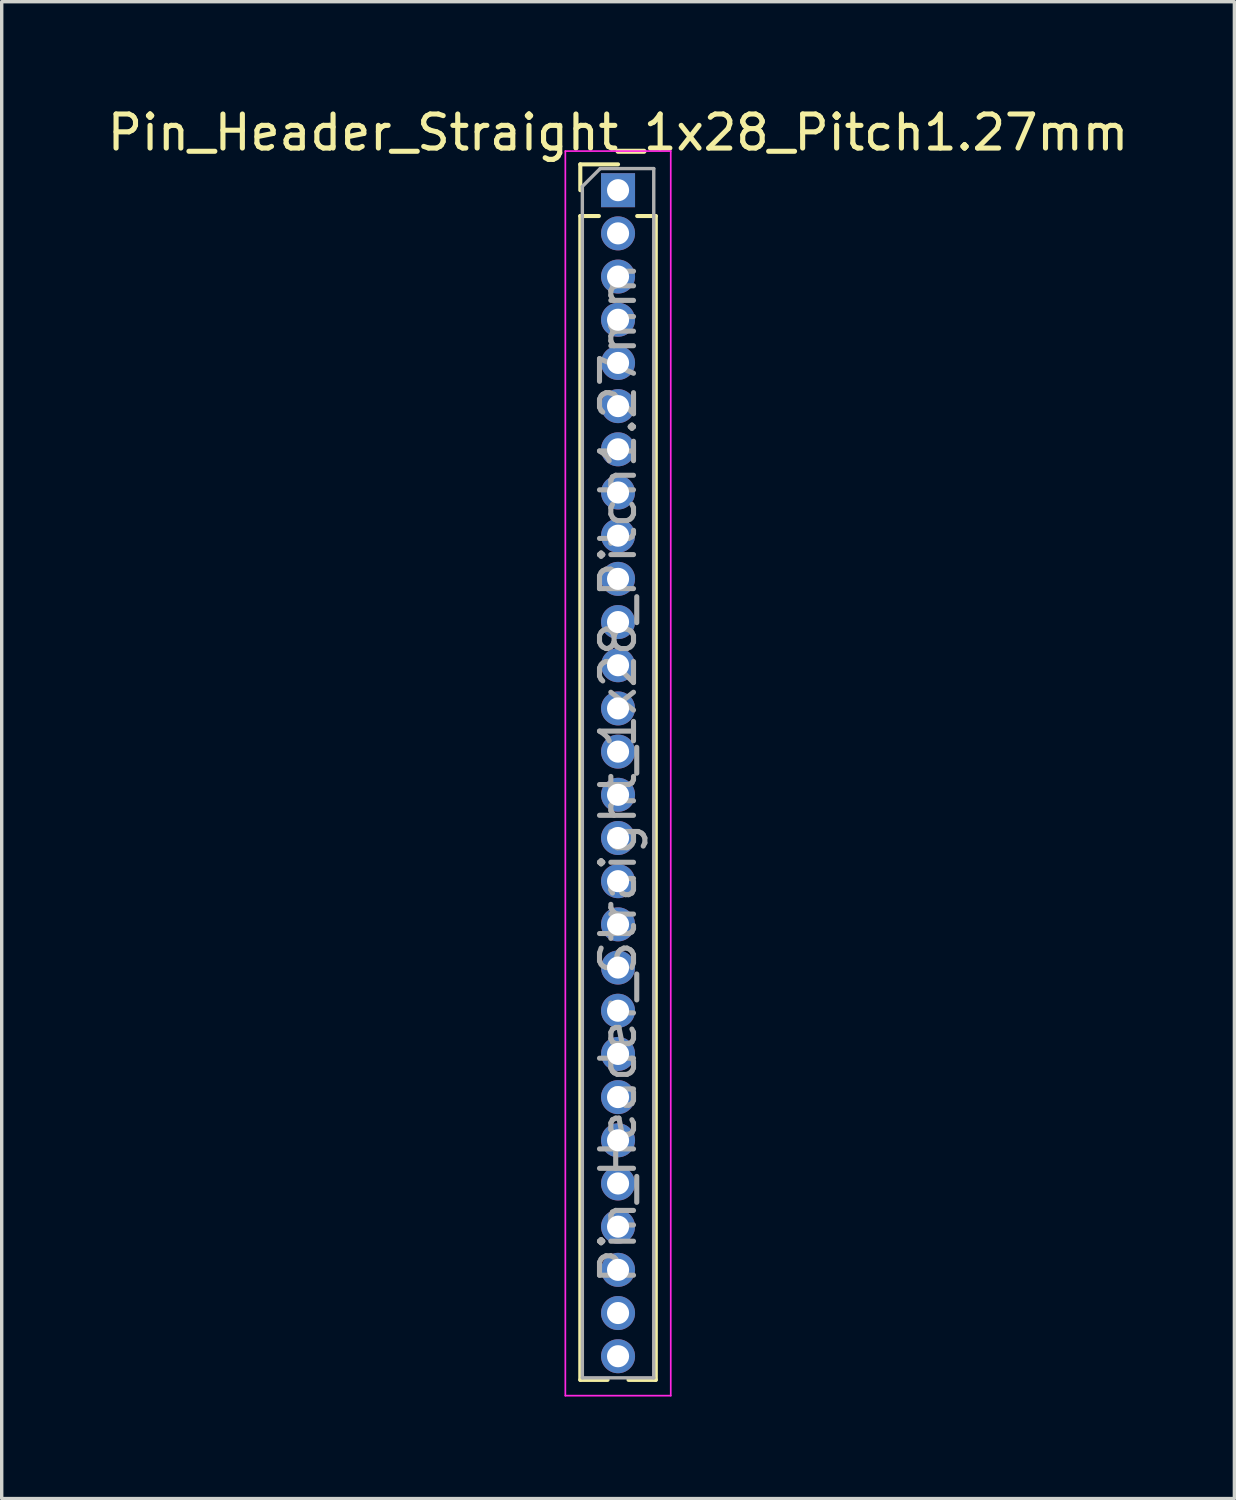
<source format=kicad_pcb>
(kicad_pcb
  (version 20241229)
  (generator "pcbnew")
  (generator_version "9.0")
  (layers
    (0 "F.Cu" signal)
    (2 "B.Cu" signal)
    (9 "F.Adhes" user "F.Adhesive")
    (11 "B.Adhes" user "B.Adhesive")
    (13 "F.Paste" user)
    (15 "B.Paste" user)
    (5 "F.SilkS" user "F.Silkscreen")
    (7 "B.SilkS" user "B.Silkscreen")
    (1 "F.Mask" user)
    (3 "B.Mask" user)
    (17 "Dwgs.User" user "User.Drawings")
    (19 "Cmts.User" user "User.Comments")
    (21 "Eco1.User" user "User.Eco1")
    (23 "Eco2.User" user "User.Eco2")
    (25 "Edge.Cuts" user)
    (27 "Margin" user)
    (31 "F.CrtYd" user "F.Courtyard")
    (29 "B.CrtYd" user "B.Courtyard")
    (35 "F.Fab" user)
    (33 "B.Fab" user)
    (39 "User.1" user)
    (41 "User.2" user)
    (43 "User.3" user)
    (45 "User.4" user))
  (footprint "Pin_Header_Straight_1x28_Pitch1.27mm"
    (layer "F.Cu")
    (at 15.125 2.543)
    (property "Reference" "Pin_Header_Straight_1x28_Pitch1.27mm" (at 0 -1.695 0) (layer "F.SilkS") (effects (font (size 1 1) (thickness 0.15))))
    (attr through_hole)
    (fp_line (start -1.11 -0.76) (end 0 -0.76) (stroke (width 0.12) (type solid)) (layer "F.SilkS"))
    (fp_line (start -1.11 0) (end -1.11 -0.76) (stroke (width 0.12) (type solid)) (layer "F.SilkS"))
    (fp_line (start -1.11 0.76) (end -1.11 34.985) (stroke (width 0.12) (type solid)) (layer "F.SilkS"))
    (fp_line (start -1.11 0.76) (end -0.563 0.76) (stroke (width 0.12) (type solid)) (layer "F.SilkS"))
    (fp_line (start -1.11 34.985) (end -0.308 34.985) (stroke (width 0.12) (type solid)) (layer "F.SilkS"))
    (fp_line (start 0.308 34.985) (end 1.11 34.985) (stroke (width 0.12) (type solid)) (layer "F.SilkS"))
    (fp_line (start 0.563 0.76) (end 1.11 0.76) (stroke (width 0.12) (type solid)) (layer "F.SilkS"))
    (fp_line (start 1.11 0.76) (end 1.11 34.985) (stroke (width 0.12) (type solid)) (layer "F.SilkS"))
    (fp_line (start -1.55 -1.15) (end -1.55 35.45) (stroke (width 0.05) (type solid)) (layer "F.CrtYd"))
    (fp_line (start -1.55 35.45) (end 1.55 35.45) (stroke (width 0.05) (type solid)) (layer "F.CrtYd"))
    (fp_line (start 1.55 -1.15) (end -1.55 -1.15) (stroke (width 0.05) (type solid)) (layer "F.CrtYd"))
    (fp_line (start 1.55 35.45) (end 1.55 -1.15) (stroke (width 0.05) (type solid)) (layer "F.CrtYd"))
    (fp_line (start -1.05 -0.11) (end -0.525 -0.635) (stroke (width 0.1) (type solid)) (layer "F.Fab"))
    (fp_line (start -1.05 34.925) (end -1.05 -0.11) (stroke (width 0.1) (type solid)) (layer "F.Fab"))
    (fp_line (start -0.525 -0.635) (end 1.05 -0.635) (stroke (width 0.1) (type solid)) (layer "F.Fab"))
    (fp_line (start 1.05 -0.635) (end 1.05 34.925) (stroke (width 0.1) (type solid)) (layer "F.Fab"))
    (fp_line (start 1.05 34.925) (end -1.05 34.925) (stroke (width 0.1) (type solid)) (layer "F.Fab"))
    (fp_text user "${REFERENCE}" (at 0 17.145 90) (layer "F.Fab") (effects (font (size 1 1) (thickness 0.15))))
    (pad "1" thru_hole rect (at 0 0) (size 1 1) (drill 0.65) (layers "*.Cu" "*.Mask"))
    (pad "2" thru_hole oval (at 0 1.27) (size 1 1) (drill 0.65) (layers "*.Cu" "*.Mask"))
    (pad "3" thru_hole oval (at 0 2.54) (size 1 1) (drill 0.65) (layers "*.Cu" "*.Mask"))
    (pad "4" thru_hole oval (at 0 3.81) (size 1 1) (drill 0.65) (layers "*.Cu" "*.Mask"))
    (pad "5" thru_hole oval (at 0 5.08) (size 1 1) (drill 0.65) (layers "*.Cu" "*.Mask"))
    (pad "6" thru_hole oval (at 0 6.35) (size 1 1) (drill 0.65) (layers "*.Cu" "*.Mask"))
    (pad "7" thru_hole oval (at 0 7.62) (size 1 1) (drill 0.65) (layers "*.Cu" "*.Mask"))
    (pad "8" thru_hole oval (at 0 8.89) (size 1 1) (drill 0.65) (layers "*.Cu" "*.Mask"))
    (pad "9" thru_hole oval (at 0 10.16) (size 1 1) (drill 0.65) (layers "*.Cu" "*.Mask"))
    (pad "10" thru_hole oval (at 0 11.43) (size 1 1) (drill 0.65) (layers "*.Cu" "*.Mask"))
    (pad "11" thru_hole oval (at 0 12.7) (size 1 1) (drill 0.65) (layers "*.Cu" "*.Mask"))
    (pad "12" thru_hole oval (at 0 13.97) (size 1 1) (drill 0.65) (layers "*.Cu" "*.Mask"))
    (pad "13" thru_hole oval (at 0 15.24) (size 1 1) (drill 0.65) (layers "*.Cu" "*.Mask"))
    (pad "14" thru_hole oval (at 0 16.51) (size 1 1) (drill 0.65) (layers "*.Cu" "*.Mask"))
    (pad "15" thru_hole oval (at 0 17.78) (size 1 1) (drill 0.65) (layers "*.Cu" "*.Mask"))
    (pad "16" thru_hole oval (at 0 19.05) (size 1 1) (drill 0.65) (layers "*.Cu" "*.Mask"))
    (pad "17" thru_hole oval (at 0 20.32) (size 1 1) (drill 0.65) (layers "*.Cu" "*.Mask"))
    (pad "18" thru_hole oval (at 0 21.59) (size 1 1) (drill 0.65) (layers "*.Cu" "*.Mask"))
    (pad "19" thru_hole oval (at 0 22.86) (size 1 1) (drill 0.65) (layers "*.Cu" "*.Mask"))
    (pad "20" thru_hole oval (at 0 24.13) (size 1 1) (drill 0.65) (layers "*.Cu" "*.Mask"))
    (pad "21" thru_hole oval (at 0 25.4) (size 1 1) (drill 0.65) (layers "*.Cu" "*.Mask"))
    (pad "22" thru_hole oval (at 0 26.67) (size 1 1) (drill 0.65) (layers "*.Cu" "*.Mask"))
    (pad "23" thru_hole oval (at 0 27.94) (size 1 1) (drill 0.65) (layers "*.Cu" "*.Mask"))
    (pad "24" thru_hole oval (at 0 29.21) (size 1 1) (drill 0.65) (layers "*.Cu" "*.Mask"))
    (pad "25" thru_hole oval (at 0 30.48) (size 1 1) (drill 0.65) (layers "*.Cu" "*.Mask"))
    (pad "26" thru_hole oval (at 0 31.75) (size 1 1) (drill 0.65) (layers "*.Cu" "*.Mask"))
    (pad "27" thru_hole oval (at 0 33.02) (size 1 1) (drill 0.65) (layers "*.Cu" "*.Mask"))
    (pad "28" thru_hole oval (at 0 34.29) (size 1 1) (drill 0.65) (layers "*.Cu" "*.Mask")))
  (gr_rect
    (start -3 -3)
    (end 33.25 41.018)
    (stroke (width 0.1) (type default))
    (fill no)
    (layer "Edge.Cuts")))
</source>
